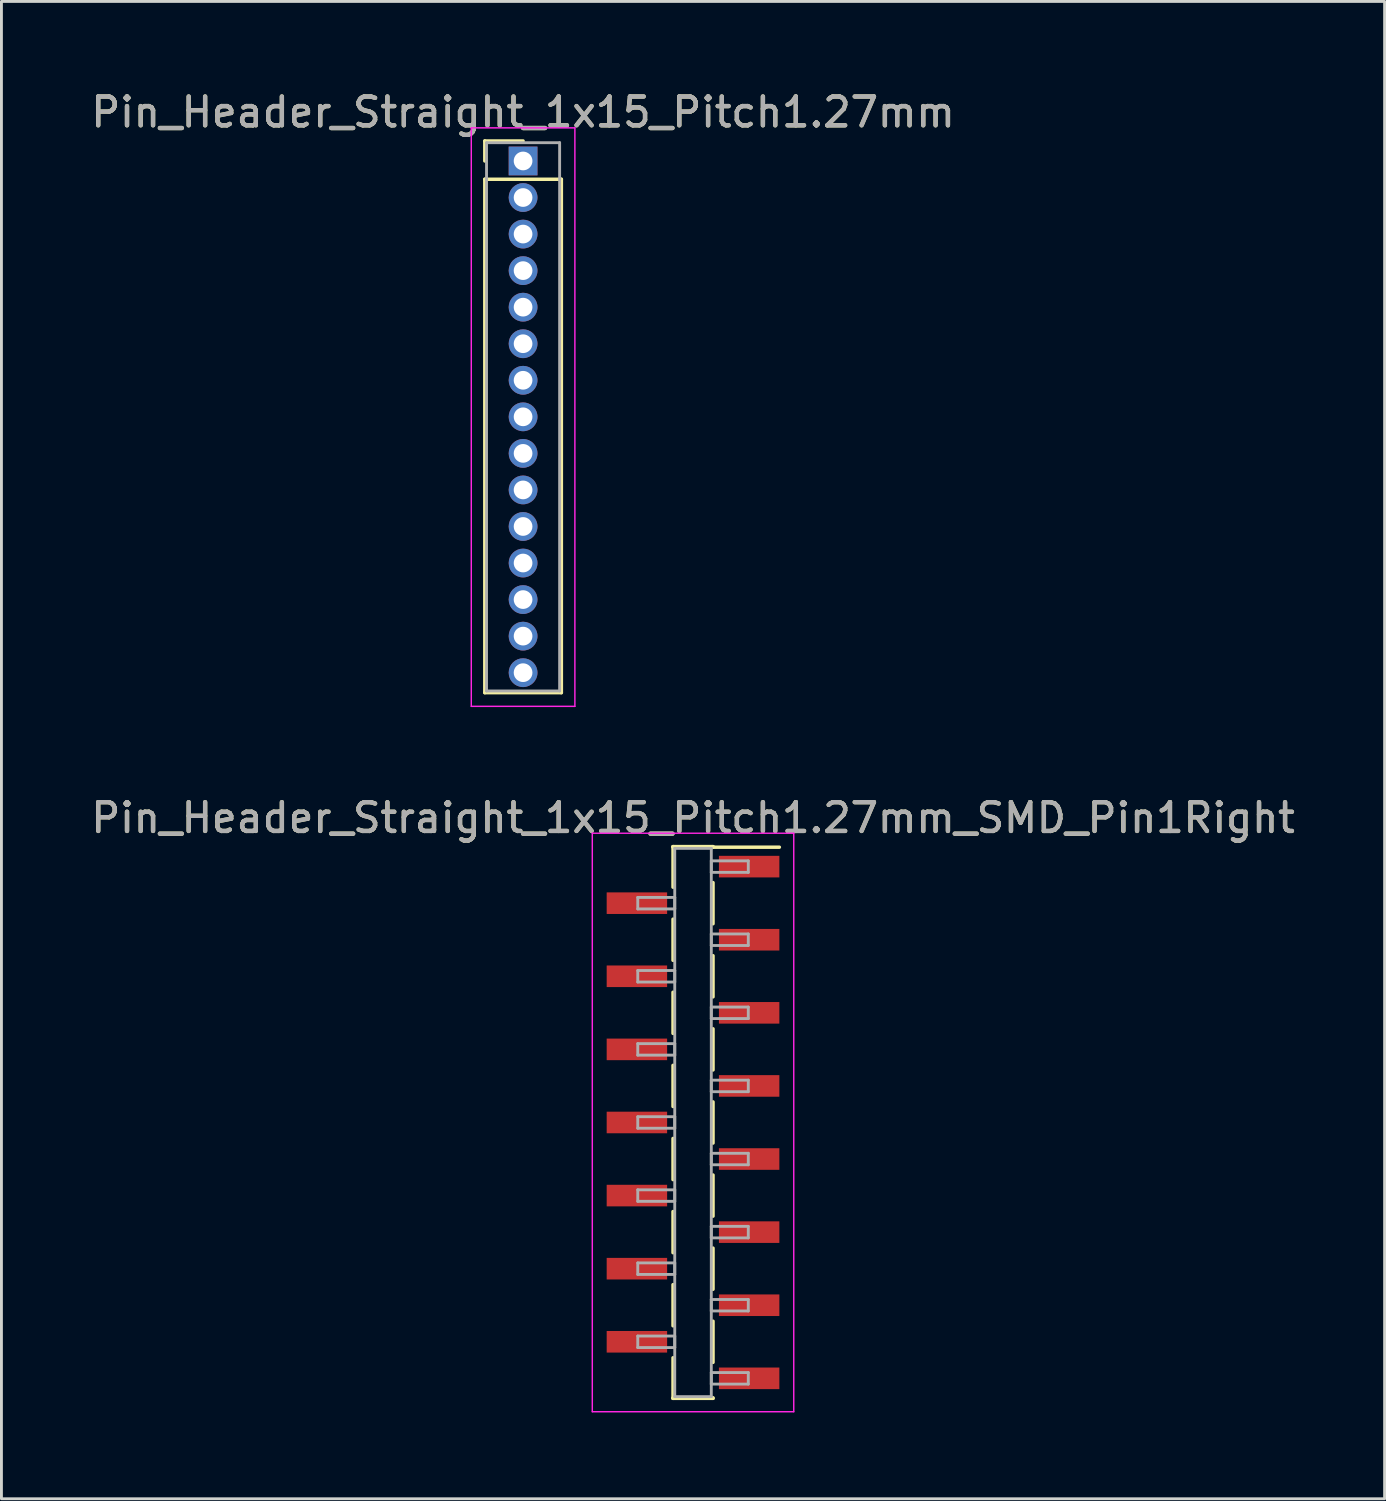
<source format=kicad_pcb>
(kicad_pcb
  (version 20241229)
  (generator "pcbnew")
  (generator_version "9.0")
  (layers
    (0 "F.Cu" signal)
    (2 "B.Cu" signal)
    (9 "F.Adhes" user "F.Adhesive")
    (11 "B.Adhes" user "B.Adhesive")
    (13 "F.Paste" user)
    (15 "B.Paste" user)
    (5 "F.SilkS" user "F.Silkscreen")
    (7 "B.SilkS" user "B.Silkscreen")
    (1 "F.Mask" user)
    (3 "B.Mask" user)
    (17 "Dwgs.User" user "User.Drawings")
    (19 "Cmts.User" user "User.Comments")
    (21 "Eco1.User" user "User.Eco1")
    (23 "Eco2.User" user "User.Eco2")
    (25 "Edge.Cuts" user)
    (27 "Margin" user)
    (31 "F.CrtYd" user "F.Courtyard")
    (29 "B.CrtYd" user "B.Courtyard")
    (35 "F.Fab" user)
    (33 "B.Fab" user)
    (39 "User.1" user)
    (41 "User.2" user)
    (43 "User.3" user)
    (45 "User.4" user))
  (footprint "Pin_Header_Straight_1x15_Pitch1.27mm_SMD_Pin1Right"
    (layer "F.Cu")
    (at 21.03 35.952)
    (property "Reference" "Pin_Header_Straight_1x15_Pitch1.27mm_SMD_Pin1Right" (at 0 -10.585 0) (layer "F.SilkS") (effects (font (size 1 1) (thickness 0.15))))
    (attr smd)
    (fp_line (start -0.695 -9.585) (end -0.695 -8.175) (stroke (width 0.12) (type solid)) (layer "F.SilkS"))
    (fp_line (start -0.695 -9.585) (end 0.695 -9.585) (stroke (width 0.12) (type solid)) (layer "F.SilkS"))
    (fp_line (start -0.695 -9.565) (end -0.695 -9.585) (stroke (width 0.12) (type solid)) (layer "F.SilkS"))
    (fp_line (start -0.695 -7.065) (end -0.695 -5.635) (stroke (width 0.12) (type solid)) (layer "F.SilkS"))
    (fp_line (start -0.695 -4.525) (end -0.695 -3.095) (stroke (width 0.12) (type solid)) (layer "F.SilkS"))
    (fp_line (start -0.695 -1.985) (end -0.695 -0.555) (stroke (width 0.12) (type solid)) (layer "F.SilkS"))
    (fp_line (start -0.695 0.555) (end -0.695 1.985) (stroke (width 0.12) (type solid)) (layer "F.SilkS"))
    (fp_line (start -0.695 3.095) (end -0.695 4.525) (stroke (width 0.12) (type solid)) (layer "F.SilkS"))
    (fp_line (start -0.695 5.635) (end -0.695 7.065) (stroke (width 0.12) (type solid)) (layer "F.SilkS"))
    (fp_line (start -0.695 8.175) (end -0.695 9.585) (stroke (width 0.12) (type solid)) (layer "F.SilkS"))
    (fp_line (start -0.695 9.565) (end -0.695 9.585) (stroke (width 0.12) (type solid)) (layer "F.SilkS"))
    (fp_line (start -0.695 9.585) (end 0.695 9.585) (stroke (width 0.12) (type solid)) (layer "F.SilkS"))
    (fp_line (start 0.695 -9.585) (end 0.695 -9.565) (stroke (width 0.12) (type solid)) (layer "F.SilkS"))
    (fp_line (start 0.695 -9.565) (end 3 -9.565) (stroke (width 0.12) (type solid)) (layer "F.SilkS"))
    (fp_line (start 0.695 -8.335) (end 0.695 -6.905) (stroke (width 0.12) (type solid)) (layer "F.SilkS"))
    (fp_line (start 0.695 -5.795) (end 0.695 -4.365) (stroke (width 0.12) (type solid)) (layer "F.SilkS"))
    (fp_line (start 0.695 -3.255) (end 0.695 -1.825) (stroke (width 0.12) (type solid)) (layer "F.SilkS"))
    (fp_line (start 0.695 -0.715) (end 0.695 0.715) (stroke (width 0.12) (type solid)) (layer "F.SilkS"))
    (fp_line (start 0.695 1.825) (end 0.695 3.255) (stroke (width 0.12) (type solid)) (layer "F.SilkS"))
    (fp_line (start 0.695 4.365) (end 0.695 5.795) (stroke (width 0.12) (type solid)) (layer "F.SilkS"))
    (fp_line (start 0.695 6.905) (end 0.695 8.335) (stroke (width 0.12) (type solid)) (layer "F.SilkS"))
    (fp_line (start 0.695 9.585) (end 0.695 9.565) (stroke (width 0.12) (type solid)) (layer "F.SilkS"))
    (fp_line (start -3.5 -10.05) (end -3.5 10.05) (stroke (width 0.05) (type solid)) (layer "F.CrtYd"))
    (fp_line (start -3.5 10.05) (end 3.5 10.05) (stroke (width 0.05) (type solid)) (layer "F.CrtYd"))
    (fp_line (start 3.5 -10.05) (end -3.5 -10.05) (stroke (width 0.05) (type solid)) (layer "F.CrtYd"))
    (fp_line (start 3.5 10.05) (end 3.5 -10.05) (stroke (width 0.05) (type solid)) (layer "F.CrtYd"))
    (fp_line (start -1.92 -7.82) (end -0.635 -7.82) (stroke (width 0.1) (type solid)) (layer "F.Fab"))
    (fp_line (start -1.92 -7.42) (end -1.92 -7.82) (stroke (width 0.1) (type solid)) (layer "F.Fab"))
    (fp_line (start -1.92 -5.28) (end -0.635 -5.28) (stroke (width 0.1) (type solid)) (layer "F.Fab"))
    (fp_line (start -1.92 -4.88) (end -1.92 -5.28) (stroke (width 0.1) (type solid)) (layer "F.Fab"))
    (fp_line (start -1.92 -2.74) (end -0.635 -2.74) (stroke (width 0.1) (type solid)) (layer "F.Fab"))
    (fp_line (start -1.92 -2.34) (end -1.92 -2.74) (stroke (width 0.1) (type solid)) (layer "F.Fab"))
    (fp_line (start -1.92 -0.2) (end -0.635 -0.2) (stroke (width 0.1) (type solid)) (layer "F.Fab"))
    (fp_line (start -1.92 0.2) (end -1.92 -0.2) (stroke (width 0.1) (type solid)) (layer "F.Fab"))
    (fp_line (start -1.92 2.34) (end -0.635 2.34) (stroke (width 0.1) (type solid)) (layer "F.Fab"))
    (fp_line (start -1.92 2.74) (end -1.92 2.34) (stroke (width 0.1) (type solid)) (layer "F.Fab"))
    (fp_line (start -1.92 4.88) (end -0.635 4.88) (stroke (width 0.1) (type solid)) (layer "F.Fab"))
    (fp_line (start -1.92 5.28) (end -1.92 4.88) (stroke (width 0.1) (type solid)) (layer "F.Fab"))
    (fp_line (start -1.92 7.42) (end -0.635 7.42) (stroke (width 0.1) (type solid)) (layer "F.Fab"))
    (fp_line (start -1.92 7.82) (end -1.92 7.42) (stroke (width 0.1) (type solid)) (layer "F.Fab"))
    (fp_line (start -0.635 -9.525) (end -0.635 9.525) (stroke (width 0.1) (type solid)) (layer "F.Fab"))
    (fp_line (start -0.635 -7.82) (end -0.635 -7.42) (stroke (width 0.1) (type solid)) (layer "F.Fab"))
    (fp_line (start -0.635 -7.42) (end -1.92 -7.42) (stroke (width 0.1) (type solid)) (layer "F.Fab"))
    (fp_line (start -0.635 -5.28) (end -0.635 -4.88) (stroke (width 0.1) (type solid)) (layer "F.Fab"))
    (fp_line (start -0.635 -4.88) (end -1.92 -4.88) (stroke (width 0.1) (type solid)) (layer "F.Fab"))
    (fp_line (start -0.635 -2.74) (end -0.635 -2.34) (stroke (width 0.1) (type solid)) (layer "F.Fab"))
    (fp_line (start -0.635 -2.34) (end -1.92 -2.34) (stroke (width 0.1) (type solid)) (layer "F.Fab"))
    (fp_line (start -0.635 -0.2) (end -0.635 0.2) (stroke (width 0.1) (type solid)) (layer "F.Fab"))
    (fp_line (start -0.635 0.2) (end -1.92 0.2) (stroke (width 0.1) (type solid)) (layer "F.Fab"))
    (fp_line (start -0.635 2.34) (end -0.635 2.74) (stroke (width 0.1) (type solid)) (layer "F.Fab"))
    (fp_line (start -0.635 2.74) (end -1.92 2.74) (stroke (width 0.1) (type solid)) (layer "F.Fab"))
    (fp_line (start -0.635 4.88) (end -0.635 5.28) (stroke (width 0.1) (type solid)) (layer "F.Fab"))
    (fp_line (start -0.635 5.28) (end -1.92 5.28) (stroke (width 0.1) (type solid)) (layer "F.Fab"))
    (fp_line (start -0.635 7.42) (end -0.635 7.82) (stroke (width 0.1) (type solid)) (layer "F.Fab"))
    (fp_line (start -0.635 7.82) (end -1.92 7.82) (stroke (width 0.1) (type solid)) (layer "F.Fab"))
    (fp_line (start -0.635 9.525) (end 0.635 9.525) (stroke (width 0.1) (type solid)) (layer "F.Fab"))
    (fp_line (start 0.635 -9.525) (end -0.635 -9.525) (stroke (width 0.1) (type solid)) (layer "F.Fab"))
    (fp_line (start 0.635 -9.09) (end 0.635 -8.69) (stroke (width 0.1) (type solid)) (layer "F.Fab"))
    (fp_line (start 0.635 -8.69) (end 1.92 -8.69) (stroke (width 0.1) (type solid)) (layer "F.Fab"))
    (fp_line (start 0.635 -6.55) (end 0.635 -6.15) (stroke (width 0.1) (type solid)) (layer "F.Fab"))
    (fp_line (start 0.635 -6.15) (end 1.92 -6.15) (stroke (width 0.1) (type solid)) (layer "F.Fab"))
    (fp_line (start 0.635 -4.01) (end 0.635 -3.61) (stroke (width 0.1) (type solid)) (layer "F.Fab"))
    (fp_line (start 0.635 -3.61) (end 1.92 -3.61) (stroke (width 0.1) (type solid)) (layer "F.Fab"))
    (fp_line (start 0.635 -1.47) (end 0.635 -1.07) (stroke (width 0.1) (type solid)) (layer "F.Fab"))
    (fp_line (start 0.635 -1.07) (end 1.92 -1.07) (stroke (width 0.1) (type solid)) (layer "F.Fab"))
    (fp_line (start 0.635 1.07) (end 0.635 1.47) (stroke (width 0.1) (type solid)) (layer "F.Fab"))
    (fp_line (start 0.635 1.47) (end 1.92 1.47) (stroke (width 0.1) (type solid)) (layer "F.Fab"))
    (fp_line (start 0.635 3.61) (end 0.635 4.01) (stroke (width 0.1) (type solid)) (layer "F.Fab"))
    (fp_line (start 0.635 4.01) (end 1.92 4.01) (stroke (width 0.1) (type solid)) (layer "F.Fab"))
    (fp_line (start 0.635 6.15) (end 0.635 6.55) (stroke (width 0.1) (type solid)) (layer "F.Fab"))
    (fp_line (start 0.635 6.55) (end 1.92 6.55) (stroke (width 0.1) (type solid)) (layer "F.Fab"))
    (fp_line (start 0.635 8.69) (end 0.635 9.09) (stroke (width 0.1) (type solid)) (layer "F.Fab"))
    (fp_line (start 0.635 9.09) (end 1.92 9.09) (stroke (width 0.1) (type solid)) (layer "F.Fab"))
    (fp_line (start 0.635 9.525) (end 0.635 -9.525) (stroke (width 0.1) (type solid)) (layer "F.Fab"))
    (fp_line (start 1.92 -9.09) (end 0.635 -9.09) (stroke (width 0.1) (type solid)) (layer "F.Fab"))
    (fp_line (start 1.92 -8.69) (end 1.92 -9.09) (stroke (width 0.1) (type solid)) (layer "F.Fab"))
    (fp_line (start 1.92 -6.55) (end 0.635 -6.55) (stroke (width 0.1) (type solid)) (layer "F.Fab"))
    (fp_line (start 1.92 -6.15) (end 1.92 -6.55) (stroke (width 0.1) (type solid)) (layer "F.Fab"))
    (fp_line (start 1.92 -4.01) (end 0.635 -4.01) (stroke (width 0.1) (type solid)) (layer "F.Fab"))
    (fp_line (start 1.92 -3.61) (end 1.92 -4.01) (stroke (width 0.1) (type solid)) (layer "F.Fab"))
    (fp_line (start 1.92 -1.47) (end 0.635 -1.47) (stroke (width 0.1) (type solid)) (layer "F.Fab"))
    (fp_line (start 1.92 -1.07) (end 1.92 -1.47) (stroke (width 0.1) (type solid)) (layer "F.Fab"))
    (fp_line (start 1.92 1.07) (end 0.635 1.07) (stroke (width 0.1) (type solid)) (layer "F.Fab"))
    (fp_line (start 1.92 1.47) (end 1.92 1.07) (stroke (width 0.1) (type solid)) (layer "F.Fab"))
    (fp_line (start 1.92 3.61) (end 0.635 3.61) (stroke (width 0.1) (type solid)) (layer "F.Fab"))
    (fp_line (start 1.92 4.01) (end 1.92 3.61) (stroke (width 0.1) (type solid)) (layer "F.Fab"))
    (fp_line (start 1.92 6.15) (end 0.635 6.15) (stroke (width 0.1) (type solid)) (layer "F.Fab"))
    (fp_line (start 1.92 6.55) (end 1.92 6.15) (stroke (width 0.1) (type solid)) (layer "F.Fab"))
    (fp_line (start 1.92 8.69) (end 0.635 8.69) (stroke (width 0.1) (type solid)) (layer "F.Fab"))
    (fp_line (start 1.92 9.09) (end 1.92 8.69) (stroke (width 0.1) (type solid)) (layer "F.Fab"))
    (fp_text user "${REFERENCE}" (at 0 -10.585 0) (layer "F.Fab") (effects (font (size 1 1) (thickness 0.15))))
    (pad "1" smd rect (at 1.95 -8.89) (size 2.1 0.75) (layers "F.Cu" "F.Mask" "F.Paste"))
    (pad "2" smd rect (at -1.95 -7.62) (size 2.1 0.75) (layers "F.Cu" "F.Mask" "F.Paste"))
    (pad "3" smd rect (at 1.95 -6.35) (size 2.1 0.75) (layers "F.Cu" "F.Mask" "F.Paste"))
    (pad "4" smd rect (at -1.95 -5.08) (size 2.1 0.75) (layers "F.Cu" "F.Mask" "F.Paste"))
    (pad "5" smd rect (at 1.95 -3.81) (size 2.1 0.75) (layers "F.Cu" "F.Mask" "F.Paste"))
    (pad "6" smd rect (at -1.95 -2.54) (size 2.1 0.75) (layers "F.Cu" "F.Mask" "F.Paste"))
    (pad "7" smd rect (at 1.95 -1.27) (size 2.1 0.75) (layers "F.Cu" "F.Mask" "F.Paste"))
    (pad "8" smd rect (at -1.95 0) (size 2.1 0.75) (layers "F.Cu" "F.Mask" "F.Paste"))
    (pad "9" smd rect (at 1.95 1.27) (size 2.1 0.75) (layers "F.Cu" "F.Mask" "F.Paste"))
    (pad "10" smd rect (at -1.95 2.54) (size 2.1 0.75) (layers "F.Cu" "F.Mask" "F.Paste"))
    (pad "11" smd rect (at 1.95 3.81) (size 2.1 0.75) (layers "F.Cu" "F.Mask" "F.Paste"))
    (pad "12" smd rect (at -1.95 5.08) (size 2.1 0.75) (layers "F.Cu" "F.Mask" "F.Paste"))
    (pad "13" smd rect (at 1.95 6.35) (size 2.1 0.75) (layers "F.Cu" "F.Mask" "F.Paste"))
    (pad "14" smd rect (at -1.95 7.62) (size 2.1 0.75) (layers "F.Cu" "F.Mask" "F.Paste"))
    (pad "15" smd rect (at 1.95 8.89) (size 2.1 0.75) (layers "F.Cu" "F.Mask" "F.Paste")))
  (footprint "Pin_Header_Straight_1x15_Pitch1.27mm"
    (layer "F.Cu")
    (at 15.125 2.543)
    (property "Reference" "Pin_Header_Straight_1x15_Pitch1.27mm" (at 0 -1.695 0) (layer "F.SilkS") (effects (font (size 1 1) (thickness 0.15))))
    (attr through_hole)
    (fp_line (start -1.33 -0.695) (end 0 -0.695) (stroke (width 0.12) (type solid)) (layer "F.SilkS"))
    (fp_line (start -1.33 0) (end -1.33 -0.695) (stroke (width 0.12) (type solid)) (layer "F.SilkS"))
    (fp_line (start -1.33 0.635) (end -1.33 18.475) (stroke (width 0.12) (type solid)) (layer "F.SilkS"))
    (fp_line (start -1.33 18.475) (end 1.33 18.475) (stroke (width 0.12) (type solid)) (layer "F.SilkS"))
    (fp_line (start 1.33 0.635) (end -1.33 0.635) (stroke (width 0.12) (type solid)) (layer "F.SilkS"))
    (fp_line (start 1.33 18.475) (end 1.33 0.635) (stroke (width 0.12) (type solid)) (layer "F.SilkS"))
    (fp_line (start -1.8 -1.15) (end -1.8 18.95) (stroke (width 0.05) (type solid)) (layer "F.CrtYd"))
    (fp_line (start -1.8 18.95) (end 1.8 18.95) (stroke (width 0.05) (type solid)) (layer "F.CrtYd"))
    (fp_line (start 1.8 -1.15) (end -1.8 -1.15) (stroke (width 0.05) (type solid)) (layer "F.CrtYd"))
    (fp_line (start 1.8 18.95) (end 1.8 -1.15) (stroke (width 0.05) (type solid)) (layer "F.CrtYd"))
    (fp_line (start -1.27 -0.635) (end -1.27 18.415) (stroke (width 0.1) (type solid)) (layer "F.Fab"))
    (fp_line (start -1.27 18.415) (end 1.27 18.415) (stroke (width 0.1) (type solid)) (layer "F.Fab"))
    (fp_line (start 1.27 -0.635) (end -1.27 -0.635) (stroke (width 0.1) (type solid)) (layer "F.Fab"))
    (fp_line (start 1.27 18.415) (end 1.27 -0.635) (stroke (width 0.1) (type solid)) (layer "F.Fab"))
    (fp_text user "${REFERENCE}" (at 0 -1.695 0) (layer "F.Fab") (effects (font (size 1 1) (thickness 0.15))))
    (pad "1" thru_hole rect (at 0 0) (size 1 1) (drill 0.65) (layers "*.Cu" "*.Mask"))
    (pad "2" thru_hole oval (at 0 1.27) (size 1 1) (drill 0.65) (layers "*.Cu" "*.Mask"))
    (pad "3" thru_hole oval (at 0 2.54) (size 1 1) (drill 0.65) (layers "*.Cu" "*.Mask"))
    (pad "4" thru_hole oval (at 0 3.81) (size 1 1) (drill 0.65) (layers "*.Cu" "*.Mask"))
    (pad "5" thru_hole oval (at 0 5.08) (size 1 1) (drill 0.65) (layers "*.Cu" "*.Mask"))
    (pad "6" thru_hole oval (at 0 6.35) (size 1 1) (drill 0.65) (layers "*.Cu" "*.Mask"))
    (pad "7" thru_hole oval (at 0 7.62) (size 1 1) (drill 0.65) (layers "*.Cu" "*.Mask"))
    (pad "8" thru_hole oval (at 0 8.89) (size 1 1) (drill 0.65) (layers "*.Cu" "*.Mask"))
    (pad "9" thru_hole oval (at 0 10.16) (size 1 1) (drill 0.65) (layers "*.Cu" "*.Mask"))
    (pad "10" thru_hole oval (at 0 11.43) (size 1 1) (drill 0.65) (layers "*.Cu" "*.Mask"))
    (pad "11" thru_hole oval (at 0 12.7) (size 1 1) (drill 0.65) (layers "*.Cu" "*.Mask"))
    (pad "12" thru_hole oval (at 0 13.97) (size 1 1) (drill 0.65) (layers "*.Cu" "*.Mask"))
    (pad "13" thru_hole oval (at 0 15.24) (size 1 1) (drill 0.65) (layers "*.Cu" "*.Mask"))
    (pad "14" thru_hole oval (at 0 16.51) (size 1 1) (drill 0.65) (layers "*.Cu" "*.Mask"))
    (pad "15" thru_hole oval (at 0 17.78) (size 1 1) (drill 0.65) (layers "*.Cu" "*.Mask")))
  (gr_rect
    (start -3 -3)
    (end 45.06 49.026)
    (stroke (width 0.1) (type default))
    (fill no)
    (layer "Edge.Cuts")))
</source>
